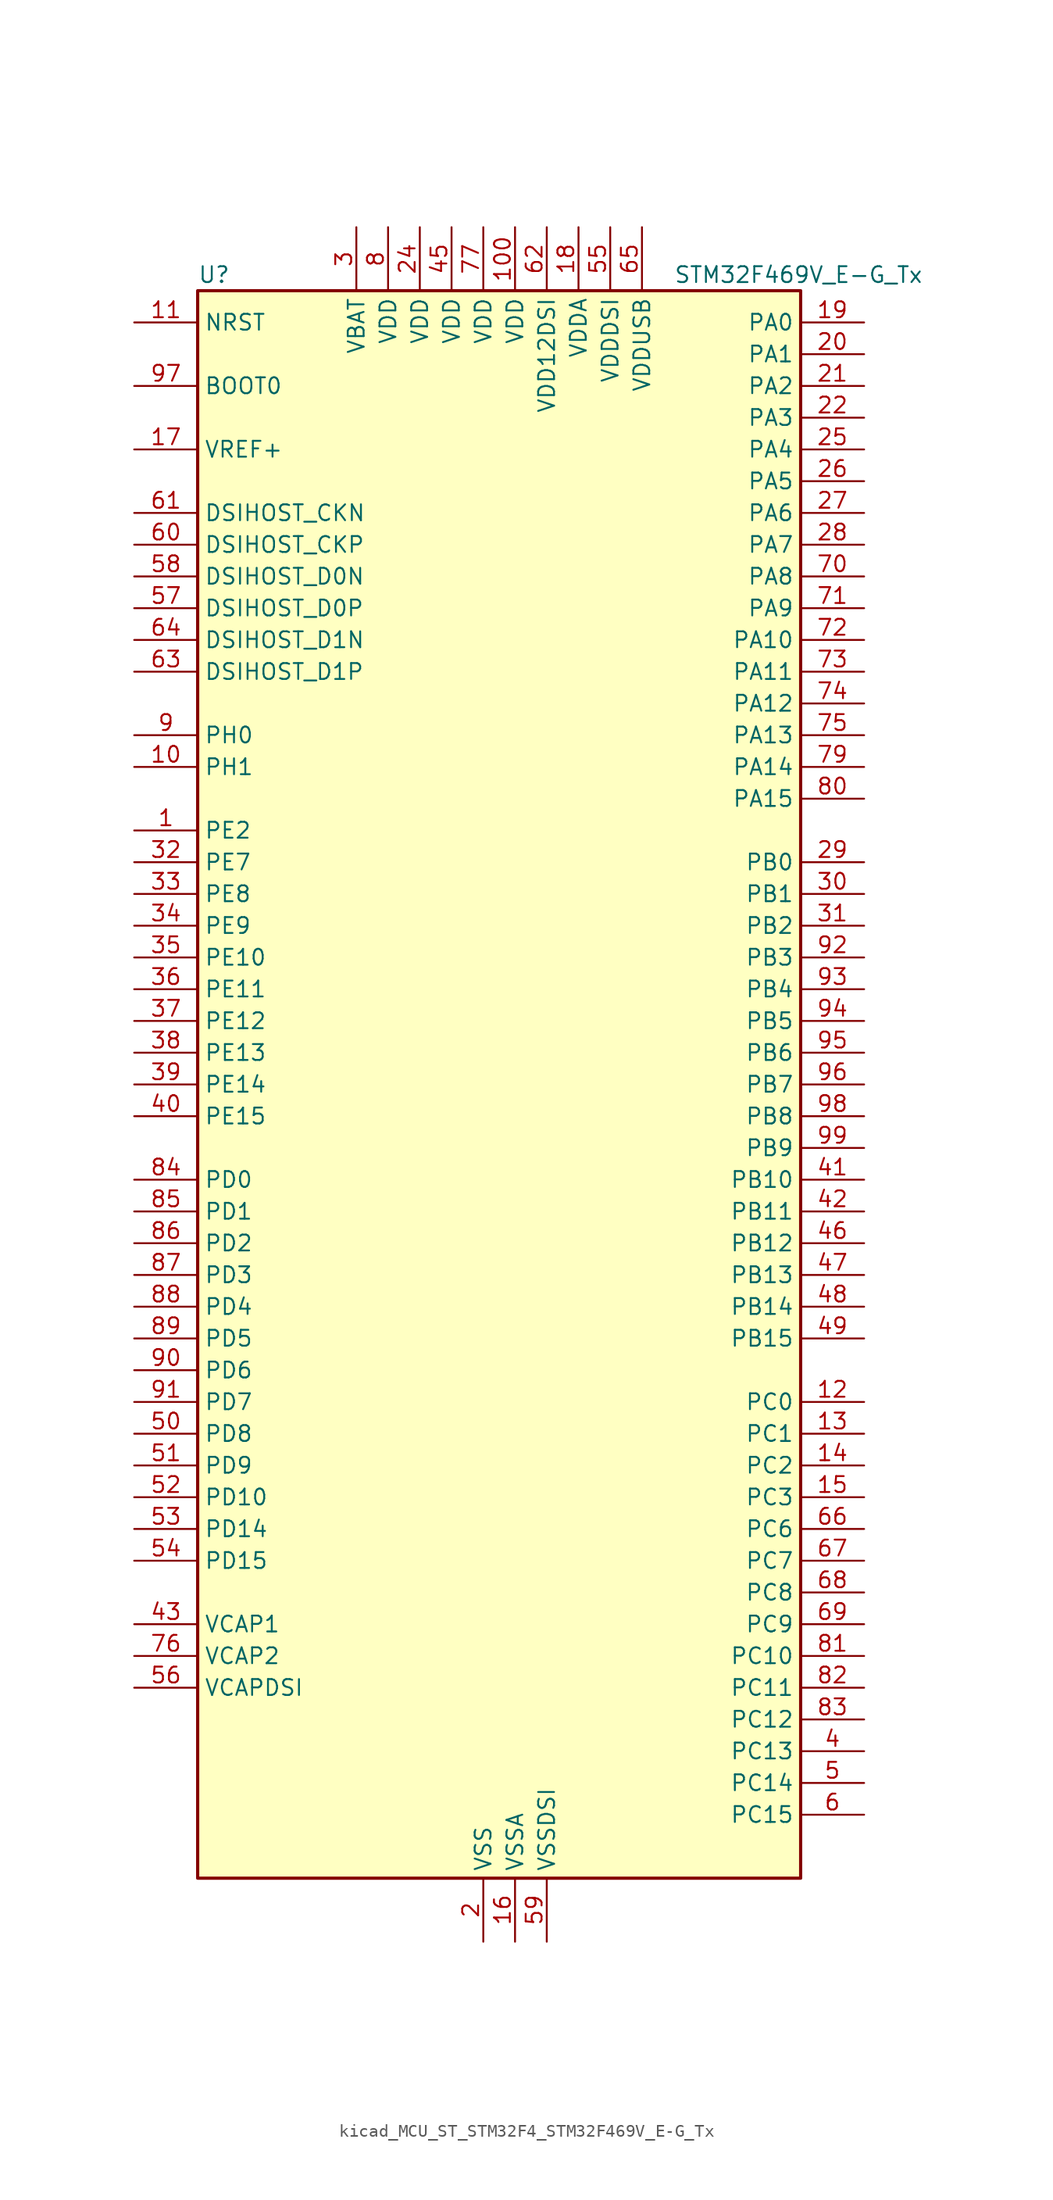
<source format=kicad_sym>
(kicad_symbol_lib
  (version 20220914)
  (generator kicad_symbol_editor)
  (symbol "kicad_MCU_ST_STM32F4_STM32F469V_E-G_Tx"
    (property "Reference" "U"
      (at -22.86 64.77 0)
      (effects (font (size 1.27 1.27)) (justify left)))
    (property "Value" "STM32F469V_E-G_Tx"
      (at 15.24 64.77 0)
      (effects (font (size 1.27 1.27)) (justify left)))
    (property "ki_locked" ""
      (at 0 0 0)
      (effects (font (size 1.27 1.27))))
    (symbol "kicad_MCU_ST_STM32F4_STM32F469V_E-G_Tx_0_1"
      (rectangle (start -22.86 -63.5) (end 25.4 63.5) (stroke (width 0.254) (type default)) (fill (type background))))
    (symbol "kicad_MCU_ST_STM32F4_STM32F469V_E-G_Tx_1_1"
      (pin bidirectional line (at -27.94 20.32 0) (length 5.08) (name "PE2" (effects (font (size 1.27 1.27)))) (number "1" (effects (font (size 1.27 1.27)))) (alternate "FMC_A23" bidirectional line) (alternate "QUADSPI_BK1_IO2" bidirectional line) (alternate "SAI1_MCLK_A" bidirectional line) (alternate "SPI4_SCK" bidirectional line) (alternate "SYS_TRACECLK" bidirectional line))
      (pin bidirectional line (at -27.94 25.4 0) (length 5.08) (name "PH1" (effects (font (size 1.27 1.27)))) (number "10" (effects (font (size 1.27 1.27)))) (alternate "RCC_OSC_OUT" bidirectional line))
      (pin power_in line (at 2.54 68.58 270) (length 5.08) (name "VDD" (effects (font (size 1.27 1.27)))) (number "100" (effects (font (size 1.27 1.27)))))
      (pin input line (at -27.94 60.96 0) (length 5.08) (name "NRST" (effects (font (size 1.27 1.27)))) (number "11" (effects (font (size 1.27 1.27)))))
      (pin bidirectional line (at 30.48 -25.4 180) (length 5.08) (name "PC0" (effects (font (size 1.27 1.27)))) (number "12" (effects (font (size 1.27 1.27)))) (alternate "ADC1_IN10" bidirectional line) (alternate "ADC2_IN10" bidirectional line) (alternate "ADC3_IN10" bidirectional line) (alternate "FMC_SDNWE" bidirectional line) (alternate "LTDC_R5" bidirectional line) (alternate "USB_OTG_HS_ULPI_STP" bidirectional line))
      (pin bidirectional line (at 30.48 -27.94 180) (length 5.08) (name "PC1" (effects (font (size 1.27 1.27)))) (number "13" (effects (font (size 1.27 1.27)))) (alternate "ADC1_IN11" bidirectional line) (alternate "ADC2_IN11" bidirectional line) (alternate "ADC3_IN11" bidirectional line) (alternate "I2S2_SD" bidirectional line) (alternate "SAI1_SD_A" bidirectional line) (alternate "SPI2_MOSI" bidirectional line) (alternate "SYS_TRACED0" bidirectional line))
      (pin bidirectional line (at 30.48 -30.48 180) (length 5.08) (name "PC2" (effects (font (size 1.27 1.27)))) (number "14" (effects (font (size 1.27 1.27)))) (alternate "ADC1_IN12" bidirectional line) (alternate "ADC2_IN12" bidirectional line) (alternate "ADC3_IN12" bidirectional line) (alternate "FMC_SDNE0" bidirectional line) (alternate "I2S2_ext_SD" bidirectional line) (alternate "SPI2_MISO" bidirectional line) (alternate "USB_OTG_HS_ULPI_DIR" bidirectional line))
      (pin bidirectional line (at 30.48 -33.02 180) (length 5.08) (name "PC3" (effects (font (size 1.27 1.27)))) (number "15" (effects (font (size 1.27 1.27)))) (alternate "ADC1_IN13" bidirectional line) (alternate "ADC2_IN13" bidirectional line) (alternate "ADC3_IN13" bidirectional line) (alternate "FMC_SDCKE0" bidirectional line) (alternate "I2S2_SD" bidirectional line) (alternate "SPI2_MOSI" bidirectional line) (alternate "USB_OTG_HS_ULPI_NXT" bidirectional line))
      (pin power_in line (at 2.54 -68.58 90) (length 5.08) (name "VSSA" (effects (font (size 1.27 1.27)))) (number "16" (effects (font (size 1.27 1.27)))))
      (pin input line (at -27.94 50.8 0) (length 5.08) (name "VREF+" (effects (font (size 1.27 1.27)))) (number "17" (effects (font (size 1.27 1.27)))))
      (pin power_in line (at 7.62 68.58 270) (length 5.08) (name "VDDA" (effects (font (size 1.27 1.27)))) (number "18" (effects (font (size 1.27 1.27)))))
      (pin bidirectional line (at 30.48 60.96 180) (length 5.08) (name "PA0" (effects (font (size 1.27 1.27)))) (number "19" (effects (font (size 1.27 1.27)))) (alternate "ADC1_IN0" bidirectional line) (alternate "ADC2_IN0" bidirectional line) (alternate "ADC3_IN0" bidirectional line) (alternate "SYS_WKUP" bidirectional line) (alternate "TIM2_CH1" bidirectional line) (alternate "TIM2_ETR" bidirectional line) (alternate "TIM5_CH1" bidirectional line) (alternate "TIM8_ETR" bidirectional line) (alternate "UART4_TX" bidirectional line) (alternate "USART2_CTS" bidirectional line))
      (pin power_in line (at 0 -68.58 90) (length 5.08) (name "VSS" (effects (font (size 1.27 1.27)))) (number "2" (effects (font (size 1.27 1.27)))))
      (pin bidirectional line (at 30.48 58.42 180) (length 5.08) (name "PA1" (effects (font (size 1.27 1.27)))) (number "20" (effects (font (size 1.27 1.27)))) (alternate "ADC1_IN1" bidirectional line) (alternate "ADC2_IN1" bidirectional line) (alternate "ADC3_IN1" bidirectional line) (alternate "LTDC_R2" bidirectional line) (alternate "QUADSPI_BK1_IO3" bidirectional line) (alternate "TIM2_CH2" bidirectional line) (alternate "TIM5_CH2" bidirectional line) (alternate "UART4_RX" bidirectional line) (alternate "USART2_RTS" bidirectional line))
      (pin bidirectional line (at 30.48 55.88 180) (length 5.08) (name "PA2" (effects (font (size 1.27 1.27)))) (number "21" (effects (font (size 1.27 1.27)))) (alternate "ADC1_IN2" bidirectional line) (alternate "ADC2_IN2" bidirectional line) (alternate "ADC3_IN2" bidirectional line) (alternate "LTDC_R1" bidirectional line) (alternate "TIM2_CH3" bidirectional line) (alternate "TIM5_CH3" bidirectional line) (alternate "TIM9_CH1" bidirectional line) (alternate "USART2_TX" bidirectional line))
      (pin bidirectional line (at 30.48 53.34 180) (length 5.08) (name "PA3" (effects (font (size 1.27 1.27)))) (number "22" (effects (font (size 1.27 1.27)))) (alternate "ADC1_IN3" bidirectional line) (alternate "ADC2_IN3" bidirectional line) (alternate "ADC3_IN3" bidirectional line) (alternate "LTDC_B2" bidirectional line) (alternate "LTDC_B5" bidirectional line) (alternate "TIM2_CH4" bidirectional line) (alternate "TIM5_CH4" bidirectional line) (alternate "TIM9_CH2" bidirectional line) (alternate "USART2_RX" bidirectional line) (alternate "USB_OTG_HS_ULPI_D0" bidirectional line))
      (pin passive line (at 0 -68.58 90) (length 5.08) hide (name "VSS" (effects (font (size 1.27 1.27)))) (number "23" (effects (font (size 1.27 1.27)))))
      (pin power_in line (at -5.08 68.58 270) (length 5.08) (name "VDD" (effects (font (size 1.27 1.27)))) (number "24" (effects (font (size 1.27 1.27)))))
      (pin bidirectional line (at 30.48 50.8 180) (length 5.08) (name "PA4" (effects (font (size 1.27 1.27)))) (number "25" (effects (font (size 1.27 1.27)))) (alternate "ADC1_IN4" bidirectional line) (alternate "ADC2_IN4" bidirectional line) (alternate "DAC_OUT1" bidirectional line) (alternate "DCMI_HSYNC" bidirectional line) (alternate "I2S3_WS" bidirectional line) (alternate "LTDC_VSYNC" bidirectional line) (alternate "SPI1_NSS" bidirectional line) (alternate "SPI3_NSS" bidirectional line) (alternate "USART2_CK" bidirectional line) (alternate "USB_OTG_HS_SOF" bidirectional line))
      (pin bidirectional line (at 30.48 48.26 180) (length 5.08) (name "PA5" (effects (font (size 1.27 1.27)))) (number "26" (effects (font (size 1.27 1.27)))) (alternate "ADC1_IN5" bidirectional line) (alternate "ADC2_IN5" bidirectional line) (alternate "DAC_OUT2" bidirectional line) (alternate "LTDC_R4" bidirectional line) (alternate "SPI1_SCK" bidirectional line) (alternate "TIM2_CH1" bidirectional line) (alternate "TIM2_ETR" bidirectional line) (alternate "TIM8_CH1N" bidirectional line) (alternate "USB_OTG_HS_ULPI_CK" bidirectional line))
      (pin bidirectional line (at 30.48 45.72 180) (length 5.08) (name "PA6" (effects (font (size 1.27 1.27)))) (number "27" (effects (font (size 1.27 1.27)))) (alternate "ADC1_IN6" bidirectional line) (alternate "ADC2_IN6" bidirectional line) (alternate "DCMI_PIXCLK" bidirectional line) (alternate "LTDC_G2" bidirectional line) (alternate "SPI1_MISO" bidirectional line) (alternate "TIM13_CH1" bidirectional line) (alternate "TIM1_BKIN" bidirectional line) (alternate "TIM3_CH1" bidirectional line) (alternate "TIM8_BKIN" bidirectional line))
      (pin bidirectional line (at 30.48 43.18 180) (length 5.08) (name "PA7" (effects (font (size 1.27 1.27)))) (number "28" (effects (font (size 1.27 1.27)))) (alternate "ADC1_IN7" bidirectional line) (alternate "ADC2_IN7" bidirectional line) (alternate "FMC_SDNWE" bidirectional line) (alternate "QUADSPI_CLK" bidirectional line) (alternate "SPI1_MOSI" bidirectional line) (alternate "TIM14_CH1" bidirectional line) (alternate "TIM1_CH1N" bidirectional line) (alternate "TIM3_CH2" bidirectional line) (alternate "TIM8_CH1N" bidirectional line))
      (pin bidirectional line (at 30.48 17.78 180) (length 5.08) (name "PB0" (effects (font (size 1.27 1.27)))) (number "29" (effects (font (size 1.27 1.27)))) (alternate "ADC1_IN8" bidirectional line) (alternate "ADC2_IN8" bidirectional line) (alternate "LTDC_G1" bidirectional line) (alternate "LTDC_R3" bidirectional line) (alternate "TIM1_CH2N" bidirectional line) (alternate "TIM3_CH3" bidirectional line) (alternate "TIM8_CH2N" bidirectional line) (alternate "USB_OTG_HS_ULPI_D1" bidirectional line))
      (pin power_in line (at -10.16 68.58 270) (length 5.08) (name "VBAT" (effects (font (size 1.27 1.27)))) (number "3" (effects (font (size 1.27 1.27)))))
      (pin bidirectional line (at 30.48 15.24 180) (length 5.08) (name "PB1" (effects (font (size 1.27 1.27)))) (number "30" (effects (font (size 1.27 1.27)))) (alternate "ADC1_IN9" bidirectional line) (alternate "ADC2_IN9" bidirectional line) (alternate "LTDC_G0" bidirectional line) (alternate "LTDC_R6" bidirectional line) (alternate "TIM1_CH3N" bidirectional line) (alternate "TIM3_CH4" bidirectional line) (alternate "TIM8_CH3N" bidirectional line) (alternate "USB_OTG_HS_ULPI_D2" bidirectional line))
      (pin bidirectional line (at 30.48 12.7 180) (length 5.08) (name "PB2" (effects (font (size 1.27 1.27)))) (number "31" (effects (font (size 1.27 1.27)))))
      (pin bidirectional line (at -27.94 17.78 0) (length 5.08) (name "PE7" (effects (font (size 1.27 1.27)))) (number "32" (effects (font (size 1.27 1.27)))) (alternate "FMC_D4" bidirectional line) (alternate "FMC_DA4" bidirectional line) (alternate "QUADSPI_BK2_IO0" bidirectional line) (alternate "TIM1_ETR" bidirectional line) (alternate "UART7_RX" bidirectional line))
      (pin bidirectional line (at -27.94 15.24 0) (length 5.08) (name "PE8" (effects (font (size 1.27 1.27)))) (number "33" (effects (font (size 1.27 1.27)))) (alternate "FMC_D5" bidirectional line) (alternate "FMC_DA5" bidirectional line) (alternate "QUADSPI_BK2_IO1" bidirectional line) (alternate "TIM1_CH1N" bidirectional line) (alternate "UART7_TX" bidirectional line))
      (pin bidirectional line (at -27.94 12.7 0) (length 5.08) (name "PE9" (effects (font (size 1.27 1.27)))) (number "34" (effects (font (size 1.27 1.27)))) (alternate "DAC_EXTI9" bidirectional line) (alternate "FMC_D6" bidirectional line) (alternate "FMC_DA6" bidirectional line) (alternate "QUADSPI_BK2_IO2" bidirectional line) (alternate "TIM1_CH1" bidirectional line))
      (pin bidirectional line (at -27.94 10.16 0) (length 5.08) (name "PE10" (effects (font (size 1.27 1.27)))) (number "35" (effects (font (size 1.27 1.27)))) (alternate "FMC_D7" bidirectional line) (alternate "FMC_DA7" bidirectional line) (alternate "QUADSPI_BK2_IO3" bidirectional line) (alternate "TIM1_CH2N" bidirectional line))
      (pin bidirectional line (at -27.94 7.62 0) (length 5.08) (name "PE11" (effects (font (size 1.27 1.27)))) (number "36" (effects (font (size 1.27 1.27)))) (alternate "ADC1_EXTI11" bidirectional line) (alternate "ADC2_EXTI11" bidirectional line) (alternate "ADC3_EXTI11" bidirectional line) (alternate "FMC_D8" bidirectional line) (alternate "FMC_DA8" bidirectional line) (alternate "LTDC_G3" bidirectional line) (alternate "SPI4_NSS" bidirectional line) (alternate "TIM1_CH2" bidirectional line))
      (pin bidirectional line (at -27.94 5.08 0) (length 5.08) (name "PE12" (effects (font (size 1.27 1.27)))) (number "37" (effects (font (size 1.27 1.27)))) (alternate "FMC_D9" bidirectional line) (alternate "FMC_DA9" bidirectional line) (alternate "LTDC_B4" bidirectional line) (alternate "SPI4_SCK" bidirectional line) (alternate "TIM1_CH3N" bidirectional line))
      (pin bidirectional line (at -27.94 2.54 0) (length 5.08) (name "PE13" (effects (font (size 1.27 1.27)))) (number "38" (effects (font (size 1.27 1.27)))) (alternate "FMC_D10" bidirectional line) (alternate "FMC_DA10" bidirectional line) (alternate "LTDC_DE" bidirectional line) (alternate "SPI4_MISO" bidirectional line) (alternate "TIM1_CH3" bidirectional line))
      (pin bidirectional line (at -27.94 0 0) (length 5.08) (name "PE14" (effects (font (size 1.27 1.27)))) (number "39" (effects (font (size 1.27 1.27)))) (alternate "FMC_D11" bidirectional line) (alternate "FMC_DA11" bidirectional line) (alternate "LTDC_CLK" bidirectional line) (alternate "SPI4_MOSI" bidirectional line) (alternate "TIM1_CH4" bidirectional line))
      (pin bidirectional line (at 30.48 -53.34 180) (length 5.08) (name "PC13" (effects (font (size 1.27 1.27)))) (number "4" (effects (font (size 1.27 1.27)))) (alternate "RTC_AF1" bidirectional line))
      (pin bidirectional line (at -27.94 -2.54 0) (length 5.08) (name "PE15" (effects (font (size 1.27 1.27)))) (number "40" (effects (font (size 1.27 1.27)))) (alternate "ADC1_EXTI15" bidirectional line) (alternate "ADC2_EXTI15" bidirectional line) (alternate "ADC3_EXTI15" bidirectional line) (alternate "FMC_D12" bidirectional line) (alternate "FMC_DA12" bidirectional line) (alternate "LTDC_R7" bidirectional line) (alternate "TIM1_BKIN" bidirectional line))
      (pin bidirectional line (at 30.48 -7.62 180) (length 5.08) (name "PB10" (effects (font (size 1.27 1.27)))) (number "41" (effects (font (size 1.27 1.27)))) (alternate "I2C2_SCL" bidirectional line) (alternate "I2S2_CK" bidirectional line) (alternate "LTDC_G4" bidirectional line) (alternate "QUADSPI_BK1_NCS" bidirectional line) (alternate "SPI2_SCK" bidirectional line) (alternate "TIM2_CH3" bidirectional line) (alternate "USART3_TX" bidirectional line) (alternate "USB_OTG_HS_ULPI_D3" bidirectional line))
      (pin bidirectional line (at 30.48 -10.16 180) (length 5.08) (name "PB11" (effects (font (size 1.27 1.27)))) (number "42" (effects (font (size 1.27 1.27)))) (alternate "ADC1_EXTI11" bidirectional line) (alternate "ADC2_EXTI11" bidirectional line) (alternate "ADC3_EXTI11" bidirectional line) (alternate "DSIHOST_TE" bidirectional line) (alternate "I2C2_SDA" bidirectional line) (alternate "LTDC_G5" bidirectional line) (alternate "TIM2_CH4" bidirectional line) (alternate "USART3_RX" bidirectional line) (alternate "USB_OTG_HS_ULPI_D4" bidirectional line))
      (pin power_out line (at -27.94 -43.18 0) (length 5.08) (name "VCAP1" (effects (font (size 1.27 1.27)))) (number "43" (effects (font (size 1.27 1.27)))))
      (pin passive line (at 0 -68.58 90) (length 5.08) hide (name "VSS" (effects (font (size 1.27 1.27)))) (number "44" (effects (font (size 1.27 1.27)))))
      (pin power_in line (at -2.54 68.58 270) (length 5.08) (name "VDD" (effects (font (size 1.27 1.27)))) (number "45" (effects (font (size 1.27 1.27)))))
      (pin bidirectional line (at 30.48 -12.7 180) (length 5.08) (name "PB12" (effects (font (size 1.27 1.27)))) (number "46" (effects (font (size 1.27 1.27)))) (alternate "CAN2_RX" bidirectional line) (alternate "I2C2_SMBA" bidirectional line) (alternate "I2S2_WS" bidirectional line) (alternate "SPI2_NSS" bidirectional line) (alternate "TIM1_BKIN" bidirectional line) (alternate "USART3_CK" bidirectional line) (alternate "USB_OTG_HS_ID" bidirectional line) (alternate "USB_OTG_HS_ULPI_D5" bidirectional line))
      (pin bidirectional line (at 30.48 -15.24 180) (length 5.08) (name "PB13" (effects (font (size 1.27 1.27)))) (number "47" (effects (font (size 1.27 1.27)))) (alternate "CAN2_TX" bidirectional line) (alternate "I2S2_CK" bidirectional line) (alternate "SPI2_SCK" bidirectional line) (alternate "TIM1_CH1N" bidirectional line) (alternate "USART3_CTS" bidirectional line) (alternate "USB_OTG_HS_ULPI_D6" bidirectional line) (alternate "USB_OTG_HS_VBUS" bidirectional line))
      (pin bidirectional line (at 30.48 -17.78 180) (length 5.08) (name "PB14" (effects (font (size 1.27 1.27)))) (number "48" (effects (font (size 1.27 1.27)))) (alternate "I2S2_ext_SD" bidirectional line) (alternate "SPI2_MISO" bidirectional line) (alternate "TIM12_CH1" bidirectional line) (alternate "TIM1_CH2N" bidirectional line) (alternate "TIM8_CH2N" bidirectional line) (alternate "USART3_RTS" bidirectional line) (alternate "USB_OTG_HS_DM" bidirectional line))
      (pin bidirectional line (at 30.48 -20.32 180) (length 5.08) (name "PB15" (effects (font (size 1.27 1.27)))) (number "49" (effects (font (size 1.27 1.27)))) (alternate "ADC1_EXTI15" bidirectional line) (alternate "ADC2_EXTI15" bidirectional line) (alternate "ADC3_EXTI15" bidirectional line) (alternate "I2S2_SD" bidirectional line) (alternate "RTC_REFIN" bidirectional line) (alternate "SPI2_MOSI" bidirectional line) (alternate "TIM12_CH2" bidirectional line) (alternate "TIM1_CH3N" bidirectional line) (alternate "TIM8_CH3N" bidirectional line) (alternate "USB_OTG_HS_DP" bidirectional line))
      (pin bidirectional line (at 30.48 -55.88 180) (length 5.08) (name "PC14" (effects (font (size 1.27 1.27)))) (number "5" (effects (font (size 1.27 1.27)))) (alternate "RCC_OSC32_IN" bidirectional line))
      (pin bidirectional line (at -27.94 -27.94 0) (length 5.08) (name "PD8" (effects (font (size 1.27 1.27)))) (number "50" (effects (font (size 1.27 1.27)))) (alternate "FMC_D13" bidirectional line) (alternate "FMC_DA13" bidirectional line) (alternate "USART3_TX" bidirectional line))
      (pin bidirectional line (at -27.94 -30.48 0) (length 5.08) (name "PD9" (effects (font (size 1.27 1.27)))) (number "51" (effects (font (size 1.27 1.27)))) (alternate "DAC_EXTI9" bidirectional line) (alternate "FMC_D14" bidirectional line) (alternate "FMC_DA14" bidirectional line) (alternate "USART3_RX" bidirectional line))
      (pin bidirectional line (at -27.94 -33.02 0) (length 5.08) (name "PD10" (effects (font (size 1.27 1.27)))) (number "52" (effects (font (size 1.27 1.27)))) (alternate "FMC_D15" bidirectional line) (alternate "FMC_DA15" bidirectional line) (alternate "LTDC_B3" bidirectional line) (alternate "USART3_CK" bidirectional line))
      (pin bidirectional line (at -27.94 -35.56 0) (length 5.08) (name "PD14" (effects (font (size 1.27 1.27)))) (number "53" (effects (font (size 1.27 1.27)))) (alternate "FMC_D0" bidirectional line) (alternate "FMC_DA0" bidirectional line) (alternate "TIM4_CH3" bidirectional line))
      (pin bidirectional line (at -27.94 -38.1 0) (length 5.08) (name "PD15" (effects (font (size 1.27 1.27)))) (number "54" (effects (font (size 1.27 1.27)))) (alternate "ADC1_EXTI15" bidirectional line) (alternate "ADC2_EXTI15" bidirectional line) (alternate "ADC3_EXTI15" bidirectional line) (alternate "FMC_D1" bidirectional line) (alternate "FMC_DA1" bidirectional line) (alternate "TIM4_CH4" bidirectional line))
      (pin power_in line (at 10.16 68.58 270) (length 5.08) (name "VDDDSI" (effects (font (size 1.27 1.27)))) (number "55" (effects (font (size 1.27 1.27)))))
      (pin power_out line (at -27.94 -48.26 0) (length 5.08) (name "VCAPDSI" (effects (font (size 1.27 1.27)))) (number "56" (effects (font (size 1.27 1.27)))))
      (pin bidirectional line (at -27.94 38.1 0) (length 5.08) (name "DSIHOST_D0P" (effects (font (size 1.27 1.27)))) (number "57" (effects (font (size 1.27 1.27)))) (alternate "DSIHOST_D0P" bidirectional line))
      (pin bidirectional line (at -27.94 40.64 0) (length 5.08) (name "DSIHOST_D0N" (effects (font (size 1.27 1.27)))) (number "58" (effects (font (size 1.27 1.27)))) (alternate "DSIHOST_D0N" bidirectional line))
      (pin power_in line (at 5.08 -68.58 90) (length 5.08) (name "VSSDSI" (effects (font (size 1.27 1.27)))) (number "59" (effects (font (size 1.27 1.27)))))
      (pin bidirectional line (at 30.48 -58.42 180) (length 5.08) (name "PC15" (effects (font (size 1.27 1.27)))) (number "6" (effects (font (size 1.27 1.27)))) (alternate "ADC1_EXTI15" bidirectional line) (alternate "ADC2_EXTI15" bidirectional line) (alternate "ADC3_EXTI15" bidirectional line) (alternate "RCC_OSC32_OUT" bidirectional line))
      (pin bidirectional line (at -27.94 43.18 0) (length 5.08) (name "DSIHOST_CKP" (effects (font (size 1.27 1.27)))) (number "60" (effects (font (size 1.27 1.27)))) (alternate "DSIHOST_CKP" bidirectional line))
      (pin bidirectional line (at -27.94 45.72 0) (length 5.08) (name "DSIHOST_CKN" (effects (font (size 1.27 1.27)))) (number "61" (effects (font (size 1.27 1.27)))) (alternate "DSIHOST_CKN" bidirectional line))
      (pin power_in line (at 5.08 68.58 270) (length 5.08) (name "VDD12DSI" (effects (font (size 1.27 1.27)))) (number "62" (effects (font (size 1.27 1.27)))))
      (pin bidirectional line (at -27.94 33.02 0) (length 5.08) (name "DSIHOST_D1P" (effects (font (size 1.27 1.27)))) (number "63" (effects (font (size 1.27 1.27)))) (alternate "DSIHOST_D1P" bidirectional line))
      (pin bidirectional line (at -27.94 35.56 0) (length 5.08) (name "DSIHOST_D1N" (effects (font (size 1.27 1.27)))) (number "64" (effects (font (size 1.27 1.27)))) (alternate "DSIHOST_D1N" bidirectional line))
      (pin power_in line (at 12.7 68.58 270) (length 5.08) (name "VDDUSB" (effects (font (size 1.27 1.27)))) (number "65" (effects (font (size 1.27 1.27)))))
      (pin bidirectional line (at 30.48 -35.56 180) (length 5.08) (name "PC6" (effects (font (size 1.27 1.27)))) (number "66" (effects (font (size 1.27 1.27)))) (alternate "DCMI_D0" bidirectional line) (alternate "I2S2_MCK" bidirectional line) (alternate "LTDC_HSYNC" bidirectional line) (alternate "SDIO_D6" bidirectional line) (alternate "TIM3_CH1" bidirectional line) (alternate "TIM8_CH1" bidirectional line) (alternate "USART6_TX" bidirectional line))
      (pin bidirectional line (at 30.48 -38.1 180) (length 5.08) (name "PC7" (effects (font (size 1.27 1.27)))) (number "67" (effects (font (size 1.27 1.27)))) (alternate "DCMI_D1" bidirectional line) (alternate "I2S3_MCK" bidirectional line) (alternate "LTDC_G6" bidirectional line) (alternate "SDIO_D7" bidirectional line) (alternate "TIM3_CH2" bidirectional line) (alternate "TIM8_CH2" bidirectional line) (alternate "USART6_RX" bidirectional line))
      (pin bidirectional line (at 30.48 -40.64 180) (length 5.08) (name "PC8" (effects (font (size 1.27 1.27)))) (number "68" (effects (font (size 1.27 1.27)))) (alternate "DCMI_D2" bidirectional line) (alternate "SDIO_D0" bidirectional line) (alternate "SYS_TRACED1" bidirectional line) (alternate "TIM3_CH3" bidirectional line) (alternate "TIM8_CH3" bidirectional line) (alternate "USART6_CK" bidirectional line))
      (pin bidirectional line (at 30.48 -43.18 180) (length 5.08) (name "PC9" (effects (font (size 1.27 1.27)))) (number "69" (effects (font (size 1.27 1.27)))) (alternate "DAC_EXTI9" bidirectional line) (alternate "DCMI_D3" bidirectional line) (alternate "I2C3_SDA" bidirectional line) (alternate "I2S_CKIN" bidirectional line) (alternate "QUADSPI_BK1_IO0" bidirectional line) (alternate "RCC_MCO_2" bidirectional line) (alternate "SDIO_D1" bidirectional line) (alternate "TIM3_CH4" bidirectional line) (alternate "TIM8_CH4" bidirectional line))
      (pin passive line (at 0 -68.58 90) (length 5.08) hide (name "VSS" (effects (font (size 1.27 1.27)))) (number "7" (effects (font (size 1.27 1.27)))))
      (pin bidirectional line (at 30.48 40.64 180) (length 5.08) (name "PA8" (effects (font (size 1.27 1.27)))) (number "70" (effects (font (size 1.27 1.27)))) (alternate "I2C3_SCL" bidirectional line) (alternate "LTDC_R6" bidirectional line) (alternate "RCC_MCO_1" bidirectional line) (alternate "TIM1_CH1" bidirectional line) (alternate "USART1_CK" bidirectional line) (alternate "USB_OTG_FS_SOF" bidirectional line))
      (pin bidirectional line (at 30.48 38.1 180) (length 5.08) (name "PA9" (effects (font (size 1.27 1.27)))) (number "71" (effects (font (size 1.27 1.27)))) (alternate "DAC_EXTI9" bidirectional line) (alternate "DCMI_D0" bidirectional line) (alternate "I2C3_SMBA" bidirectional line) (alternate "I2S2_CK" bidirectional line) (alternate "SPI2_SCK" bidirectional line) (alternate "TIM1_CH2" bidirectional line) (alternate "USART1_TX" bidirectional line) (alternate "USB_OTG_FS_VBUS" bidirectional line))
      (pin bidirectional line (at 30.48 35.56 180) (length 5.08) (name "PA10" (effects (font (size 1.27 1.27)))) (number "72" (effects (font (size 1.27 1.27)))) (alternate "DCMI_D1" bidirectional line) (alternate "TIM1_CH3" bidirectional line) (alternate "USART1_RX" bidirectional line) (alternate "USB_OTG_FS_ID" bidirectional line))
      (pin bidirectional line (at 30.48 33.02 180) (length 5.08) (name "PA11" (effects (font (size 1.27 1.27)))) (number "73" (effects (font (size 1.27 1.27)))) (alternate "ADC1_EXTI11" bidirectional line) (alternate "ADC2_EXTI11" bidirectional line) (alternate "ADC3_EXTI11" bidirectional line) (alternate "CAN1_RX" bidirectional line) (alternate "LTDC_R4" bidirectional line) (alternate "TIM1_CH4" bidirectional line) (alternate "USART1_CTS" bidirectional line) (alternate "USB_OTG_FS_DM" bidirectional line))
      (pin bidirectional line (at 30.48 30.48 180) (length 5.08) (name "PA12" (effects (font (size 1.27 1.27)))) (number "74" (effects (font (size 1.27 1.27)))) (alternate "CAN1_TX" bidirectional line) (alternate "LTDC_R5" bidirectional line) (alternate "TIM1_ETR" bidirectional line) (alternate "USART1_RTS" bidirectional line) (alternate "USB_OTG_FS_DP" bidirectional line))
      (pin bidirectional line (at 30.48 27.94 180) (length 5.08) (name "PA13" (effects (font (size 1.27 1.27)))) (number "75" (effects (font (size 1.27 1.27)))) (alternate "SYS_JTMS-SWDIO" bidirectional line))
      (pin power_out line (at -27.94 -45.72 0) (length 5.08) (name "VCAP2" (effects (font (size 1.27 1.27)))) (number "76" (effects (font (size 1.27 1.27)))))
      (pin power_in line (at 0 68.58 270) (length 5.08) (name "VDD" (effects (font (size 1.27 1.27)))) (number "77" (effects (font (size 1.27 1.27)))))
      (pin passive line (at 0 -68.58 90) (length 5.08) hide (name "VSS" (effects (font (size 1.27 1.27)))) (number "78" (effects (font (size 1.27 1.27)))))
      (pin bidirectional line (at 30.48 25.4 180) (length 5.08) (name "PA14" (effects (font (size 1.27 1.27)))) (number "79" (effects (font (size 1.27 1.27)))) (alternate "SYS_JTCK-SWCLK" bidirectional line))
      (pin power_in line (at -7.62 68.58 270) (length 5.08) (name "VDD" (effects (font (size 1.27 1.27)))) (number "8" (effects (font (size 1.27 1.27)))))
      (pin bidirectional line (at 30.48 22.86 180) (length 5.08) (name "PA15" (effects (font (size 1.27 1.27)))) (number "80" (effects (font (size 1.27 1.27)))) (alternate "ADC1_EXTI15" bidirectional line) (alternate "ADC2_EXTI15" bidirectional line) (alternate "ADC3_EXTI15" bidirectional line) (alternate "I2S3_WS" bidirectional line) (alternate "SPI1_NSS" bidirectional line) (alternate "SPI3_NSS" bidirectional line) (alternate "SYS_JTDI" bidirectional line) (alternate "TIM2_CH1" bidirectional line) (alternate "TIM2_ETR" bidirectional line))
      (pin bidirectional line (at 30.48 -45.72 180) (length 5.08) (name "PC10" (effects (font (size 1.27 1.27)))) (number "81" (effects (font (size 1.27 1.27)))) (alternate "DCMI_D8" bidirectional line) (alternate "I2S3_CK" bidirectional line) (alternate "LTDC_R2" bidirectional line) (alternate "QUADSPI_BK1_IO1" bidirectional line) (alternate "SDIO_D2" bidirectional line) (alternate "SPI3_SCK" bidirectional line) (alternate "UART4_TX" bidirectional line) (alternate "USART3_TX" bidirectional line))
      (pin bidirectional line (at 30.48 -48.26 180) (length 5.08) (name "PC11" (effects (font (size 1.27 1.27)))) (number "82" (effects (font (size 1.27 1.27)))) (alternate "ADC1_EXTI11" bidirectional line) (alternate "ADC2_EXTI11" bidirectional line) (alternate "ADC3_EXTI11" bidirectional line) (alternate "DCMI_D4" bidirectional line) (alternate "I2S3_ext_SD" bidirectional line) (alternate "QUADSPI_BK2_NCS" bidirectional line) (alternate "SDIO_D3" bidirectional line) (alternate "SPI3_MISO" bidirectional line) (alternate "UART4_RX" bidirectional line) (alternate "USART3_RX" bidirectional line))
      (pin bidirectional line (at 30.48 -50.8 180) (length 5.08) (name "PC12" (effects (font (size 1.27 1.27)))) (number "83" (effects (font (size 1.27 1.27)))) (alternate "DCMI_D9" bidirectional line) (alternate "I2S3_SD" bidirectional line) (alternate "SDIO_CK" bidirectional line) (alternate "SPI3_MOSI" bidirectional line) (alternate "SYS_TRACED3" bidirectional line) (alternate "UART5_TX" bidirectional line) (alternate "USART3_CK" bidirectional line))
      (pin bidirectional line (at -27.94 -7.62 0) (length 5.08) (name "PD0" (effects (font (size 1.27 1.27)))) (number "84" (effects (font (size 1.27 1.27)))) (alternate "CAN1_RX" bidirectional line) (alternate "FMC_D2" bidirectional line) (alternate "FMC_DA2" bidirectional line))
      (pin bidirectional line (at -27.94 -10.16 0) (length 5.08) (name "PD1" (effects (font (size 1.27 1.27)))) (number "85" (effects (font (size 1.27 1.27)))) (alternate "CAN1_TX" bidirectional line) (alternate "FMC_D3" bidirectional line) (alternate "FMC_DA3" bidirectional line))
      (pin bidirectional line (at -27.94 -12.7 0) (length 5.08) (name "PD2" (effects (font (size 1.27 1.27)))) (number "86" (effects (font (size 1.27 1.27)))) (alternate "DCMI_D11" bidirectional line) (alternate "SDIO_CMD" bidirectional line) (alternate "SYS_TRACED2" bidirectional line) (alternate "TIM3_ETR" bidirectional line) (alternate "UART5_RX" bidirectional line))
      (pin bidirectional line (at -27.94 -15.24 0) (length 5.08) (name "PD3" (effects (font (size 1.27 1.27)))) (number "87" (effects (font (size 1.27 1.27)))) (alternate "DCMI_D5" bidirectional line) (alternate "FMC_CLK" bidirectional line) (alternate "I2S2_CK" bidirectional line) (alternate "LTDC_G7" bidirectional line) (alternate "SPI2_SCK" bidirectional line) (alternate "USART2_CTS" bidirectional line))
      (pin bidirectional line (at -27.94 -17.78 0) (length 5.08) (name "PD4" (effects (font (size 1.27 1.27)))) (number "88" (effects (font (size 1.27 1.27)))) (alternate "FMC_NOE" bidirectional line) (alternate "USART2_RTS" bidirectional line))
      (pin bidirectional line (at -27.94 -20.32 0) (length 5.08) (name "PD5" (effects (font (size 1.27 1.27)))) (number "89" (effects (font (size 1.27 1.27)))) (alternate "FMC_NWE" bidirectional line) (alternate "USART2_TX" bidirectional line))
      (pin bidirectional line (at -27.94 27.94 0) (length 5.08) (name "PH0" (effects (font (size 1.27 1.27)))) (number "9" (effects (font (size 1.27 1.27)))) (alternate "RCC_OSC_IN" bidirectional line))
      (pin bidirectional line (at -27.94 -22.86 0) (length 5.08) (name "PD6" (effects (font (size 1.27 1.27)))) (number "90" (effects (font (size 1.27 1.27)))) (alternate "DCMI_D10" bidirectional line) (alternate "FMC_NWAIT" bidirectional line) (alternate "I2S3_SD" bidirectional line) (alternate "LTDC_B2" bidirectional line) (alternate "SAI1_SD_A" bidirectional line) (alternate "SPI3_MOSI" bidirectional line) (alternate "USART2_RX" bidirectional line))
      (pin bidirectional line (at -27.94 -25.4 0) (length 5.08) (name "PD7" (effects (font (size 1.27 1.27)))) (number "91" (effects (font (size 1.27 1.27)))) (alternate "FMC_NE1" bidirectional line) (alternate "USART2_CK" bidirectional line))
      (pin bidirectional line (at 30.48 10.16 180) (length 5.08) (name "PB3" (effects (font (size 1.27 1.27)))) (number "92" (effects (font (size 1.27 1.27)))) (alternate "I2S3_CK" bidirectional line) (alternate "SPI1_SCK" bidirectional line) (alternate "SPI3_SCK" bidirectional line) (alternate "SYS_JTDO-SWO" bidirectional line) (alternate "TIM2_CH2" bidirectional line))
      (pin bidirectional line (at 30.48 7.62 180) (length 5.08) (name "PB4" (effects (font (size 1.27 1.27)))) (number "93" (effects (font (size 1.27 1.27)))) (alternate "I2S3_ext_SD" bidirectional line) (alternate "SPI1_MISO" bidirectional line) (alternate "SPI3_MISO" bidirectional line) (alternate "SYS_JTRST" bidirectional line) (alternate "TIM3_CH1" bidirectional line))
      (pin bidirectional line (at 30.48 5.08 180) (length 5.08) (name "PB5" (effects (font (size 1.27 1.27)))) (number "94" (effects (font (size 1.27 1.27)))) (alternate "CAN2_RX" bidirectional line) (alternate "DCMI_D10" bidirectional line) (alternate "FMC_SDCKE1" bidirectional line) (alternate "I2C1_SMBA" bidirectional line) (alternate "I2S3_SD" bidirectional line) (alternate "LTDC_G7" bidirectional line) (alternate "SPI1_MOSI" bidirectional line) (alternate "SPI3_MOSI" bidirectional line) (alternate "TIM3_CH2" bidirectional line) (alternate "USB_OTG_HS_ULPI_D7" bidirectional line))
      (pin bidirectional line (at 30.48 2.54 180) (length 5.08) (name "PB6" (effects (font (size 1.27 1.27)))) (number "95" (effects (font (size 1.27 1.27)))) (alternate "CAN2_TX" bidirectional line) (alternate "DCMI_D5" bidirectional line) (alternate "FMC_SDNE1" bidirectional line) (alternate "I2C1_SCL" bidirectional line) (alternate "QUADSPI_BK1_NCS" bidirectional line) (alternate "TIM4_CH1" bidirectional line) (alternate "USART1_TX" bidirectional line))
      (pin bidirectional line (at 30.48 0 180) (length 5.08) (name "PB7" (effects (font (size 1.27 1.27)))) (number "96" (effects (font (size 1.27 1.27)))) (alternate "DCMI_VSYNC" bidirectional line) (alternate "FMC_NL" bidirectional line) (alternate "I2C1_SDA" bidirectional line) (alternate "TIM4_CH2" bidirectional line) (alternate "USART1_RX" bidirectional line))
      (pin input line (at -27.94 55.88 0) (length 5.08) (name "BOOT0" (effects (font (size 1.27 1.27)))) (number "97" (effects (font (size 1.27 1.27)))))
      (pin bidirectional line (at 30.48 -2.54 180) (length 5.08) (name "PB8" (effects (font (size 1.27 1.27)))) (number "98" (effects (font (size 1.27 1.27)))) (alternate "CAN1_RX" bidirectional line) (alternate "DCMI_D6" bidirectional line) (alternate "I2C1_SCL" bidirectional line) (alternate "LTDC_B6" bidirectional line) (alternate "SDIO_D4" bidirectional line) (alternate "TIM10_CH1" bidirectional line) (alternate "TIM4_CH3" bidirectional line))
      (pin bidirectional line (at 30.48 -5.08 180) (length 5.08) (name "PB9" (effects (font (size 1.27 1.27)))) (number "99" (effects (font (size 1.27 1.27)))) (alternate "CAN1_TX" bidirectional line) (alternate "DAC_EXTI9" bidirectional line) (alternate "DCMI_D7" bidirectional line) (alternate "I2C1_SDA" bidirectional line) (alternate "I2S2_WS" bidirectional line) (alternate "LTDC_B7" bidirectional line) (alternate "SDIO_D5" bidirectional line) (alternate "SPI2_NSS" bidirectional line) (alternate "TIM11_CH1" bidirectional line) (alternate "TIM4_CH4" bidirectional line)))))
</source>
